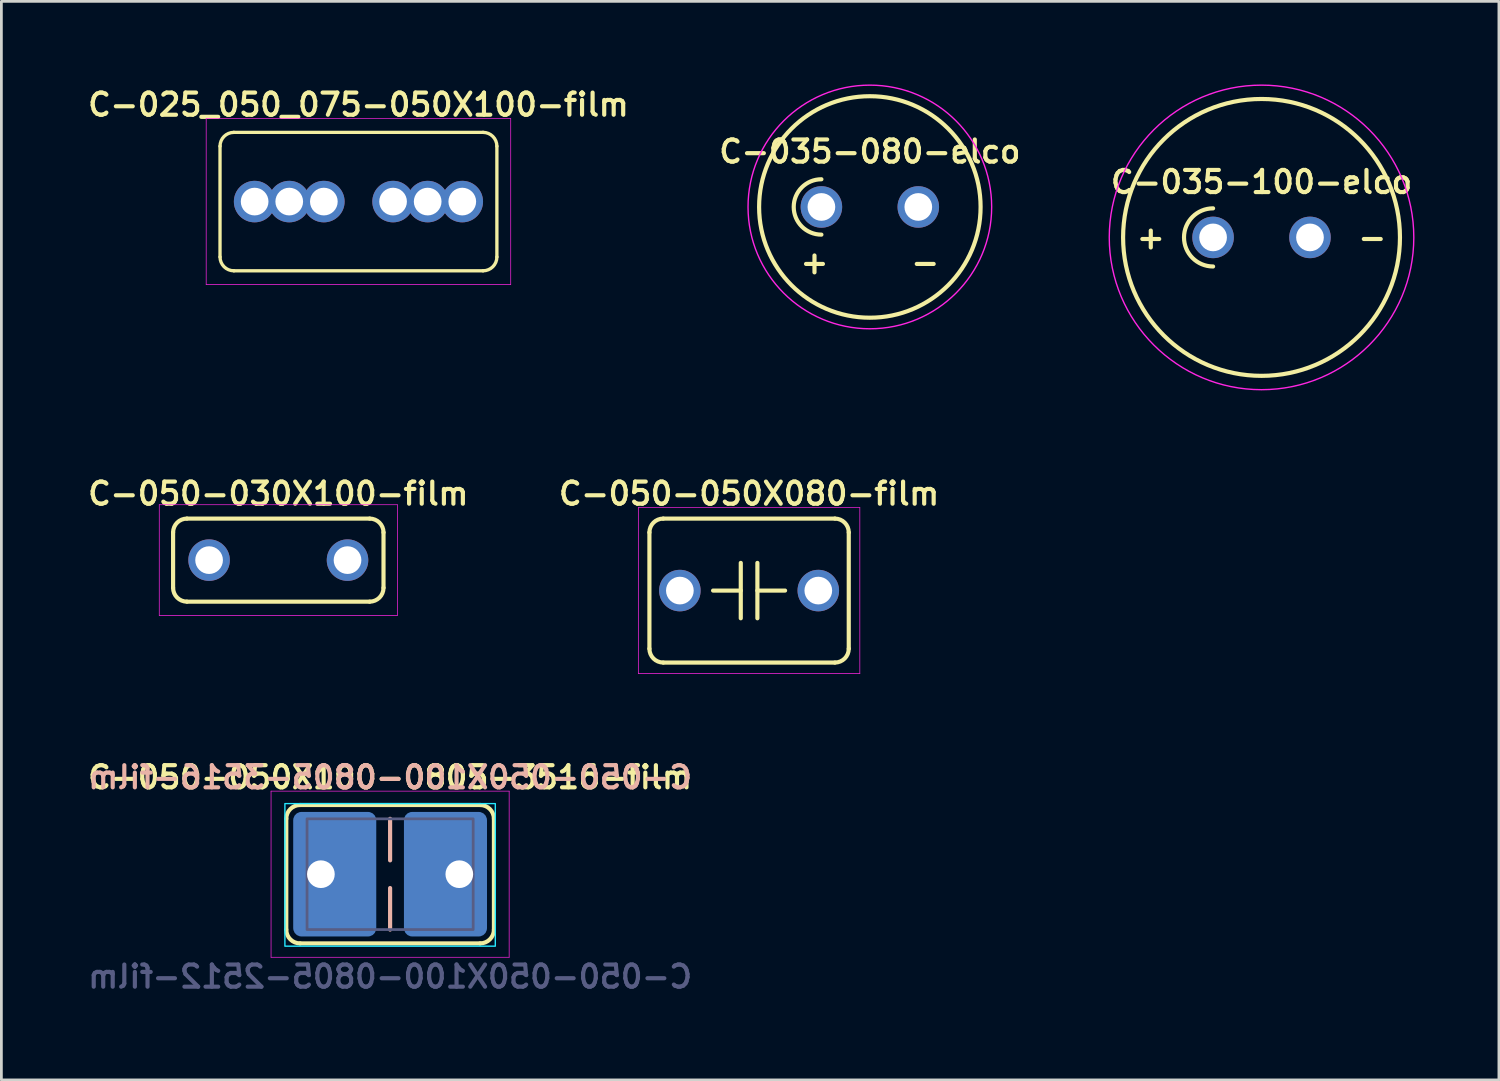
<source format=kicad_pcb>
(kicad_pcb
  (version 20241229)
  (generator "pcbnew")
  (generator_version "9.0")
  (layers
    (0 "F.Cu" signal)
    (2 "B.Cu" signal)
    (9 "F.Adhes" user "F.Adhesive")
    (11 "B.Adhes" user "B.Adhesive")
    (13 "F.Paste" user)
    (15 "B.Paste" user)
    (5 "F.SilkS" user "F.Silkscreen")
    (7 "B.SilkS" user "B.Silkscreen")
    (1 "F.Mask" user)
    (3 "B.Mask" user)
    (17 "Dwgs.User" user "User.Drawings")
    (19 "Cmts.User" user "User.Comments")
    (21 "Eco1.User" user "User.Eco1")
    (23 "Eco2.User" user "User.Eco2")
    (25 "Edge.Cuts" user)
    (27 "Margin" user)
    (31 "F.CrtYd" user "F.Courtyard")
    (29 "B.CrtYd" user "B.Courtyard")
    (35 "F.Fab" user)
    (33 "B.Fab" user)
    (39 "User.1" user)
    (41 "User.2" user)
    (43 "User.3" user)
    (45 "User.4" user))
  (footprint "C-025_050_075-050X100-film"
    (layer "F.Cu")
    (at 9.897 4.231)
    (property "Reference" "C-025_050_075-050X100-film" (at 0 -3.5 0) (layer "F.SilkS") (effects (font (size 0.8 0.8) (thickness 0.15))))
    (attr through_hole)
    (fp_line (start -5 -2) (end -5 2) (stroke (width 0.12) (type solid)) (layer "F.SilkS"))
    (fp_line (start -4.5 2.5) (end 4.5 2.5) (stroke (width 0.12) (type solid)) (layer "F.SilkS"))
    (fp_line (start 4.5 -2.5) (end -4.5 -2.5) (stroke (width 0.12) (type solid)) (layer "F.SilkS"))
    (fp_line (start 5 2) (end 5 -2) (stroke (width 0.12) (type solid)) (layer "F.SilkS"))
    (fp_arc (start -5 -2) (mid -4.853553 -2.353553) (end -4.5 -2.5) (stroke (width 0.12) (type solid)) (layer "F.SilkS"))
    (fp_arc (start -4.5 2.5) (mid -4.853553 2.353553) (end -5 2) (stroke (width 0.12) (type solid)) (layer "F.SilkS"))
    (fp_arc (start 4.5 -2.5) (mid 4.853553 -2.353553) (end 5 -2) (stroke (width 0.12) (type solid)) (layer "F.SilkS"))
    (fp_arc (start 5 2) (mid 4.853553 2.353553) (end 4.5 2.5) (stroke (width 0.12) (type solid)) (layer "F.SilkS"))
    (fp_line (start -5.5 -3) (end -5.5 3) (stroke (width 0.025) (type solid)) (layer "F.CrtYd"))
    (fp_line (start -5.5 3) (end 5.5 3) (stroke (width 0.025) (type solid)) (layer "F.CrtYd"))
    (fp_line (start 5.5 -3) (end -5.5 -3) (stroke (width 0.025) (type solid)) (layer "F.CrtYd"))
    (fp_line (start 5.5 3) (end 5.5 -3) (stroke (width 0.025) (type solid)) (layer "F.CrtYd"))
    (pad "1" thru_hole circle (at -3.75 0) (size 1.5 1.5) (drill 1) (layers "*.Cu" "*.Mask"))
    (pad "1" thru_hole circle (at -2.5 0) (size 1.5 1.5) (drill 1) (layers "*.Cu" "*.Mask"))
    (pad "1" thru_hole circle (at -1.25 0) (size 1.5 1.5) (drill 1) (layers "*.Cu" "*.Mask"))
    (pad "2" thru_hole circle (at 1.25 0) (size 1.5 1.5) (drill 1) (layers "*.Cu" "*.Mask"))
    (pad "2" thru_hole circle (at 2.5 0) (size 1.5 1.5) (drill 1) (layers "*.Cu" "*.Mask"))
    (pad "2" thru_hole circle (at 3.75 0) (size 1.5 1.5) (drill 1) (layers "*.Cu" "*.Mask")))
  (footprint "C-035-080-elco"
    (layer "F.Cu")
    (at 28.368 4.425)
    (property "Reference" "C-035-080-elco" (at 0 -2 0) (unlocked yes) (layer "F.SilkS") (effects (font (size 0.8 0.8) (thickness 0.15))))
    (attr through_hole)
    (fp_arc (start -1.75 1) (mid -2.75 0) (end -1.75 -1) (stroke (width 0.15) (type default)) (layer "F.SilkS"))
    (fp_circle (center 0 0) (end 4 0) (stroke (width 0.15) (type solid)) (fill no) (layer "F.SilkS"))
    (fp_circle (center 0 0) (end 4.4 0) (stroke (width 0.05) (type solid)) (fill no) (layer "F.CrtYd"))
    (fp_text user "+" (at -2 2 0) (unlocked yes) (layer "F.SilkS") (effects (font (size 0.8 0.8) (thickness 0.15))))
    (fp_text user "-" (at 2 2 0) (unlocked yes) (layer "F.SilkS") (effects (font (size 0.8 0.8) (thickness 0.15))))
    (pad "1" thru_hole circle (at -1.75 0) (size 1.5 1.5) (drill 1) (layers "*.Cu" "*.Mask"))
    (pad "2" thru_hole circle (at 1.75 0) (size 1.5 1.5) (drill 1) (layers "*.Cu" "*.Mask")))
  (footprint "C-035-100-elco"
    (layer "F.Cu")
    (at 42.515 5.525)
    (property "Reference" "C-035-100-elco" (at 0 -2 0) (unlocked yes) (layer "F.SilkS") (effects (font (size 0.8 0.8) (thickness 0.15))))
    (attr through_hole)
    (fp_arc (start -1.75 1.05) (mid -2.8 0) (end -1.75 -1.05) (stroke (width 0.15) (type default)) (layer "F.SilkS"))
    (fp_circle (center 0 0) (end 5 0) (stroke (width 0.15) (type solid)) (fill no) (layer "F.SilkS"))
    (fp_circle (center 0 0) (end 5.5 0) (stroke (width 0.05) (type solid)) (fill no) (layer "F.CrtYd"))
    (fp_text user "-" (at 4 0 0) (unlocked yes) (layer "F.SilkS") (effects (font (size 0.8 0.8) (thickness 0.15))))
    (fp_text user "+" (at -4 0 0) (unlocked yes) (layer "F.SilkS") (effects (font (size 0.8 0.8) (thickness 0.15))))
    (pad "1" thru_hole circle (at -1.75 0) (size 1.5 1.5) (drill 1) (layers "*.Cu" "*.Mask"))
    (pad "2" thru_hole circle (at 1.75 0) (size 1.5 1.5) (drill 1) (layers "*.Cu" "*.Mask")))
  (footprint "C-050-050X080-film"
    (layer "F.Cu")
    (at 24.006 18.281)
    (property "Reference" "C-050-050X080-film" (at 0 -3.5 0) (layer "F.SilkS") (effects (font (size 0.8 0.8) (thickness 0.15))))
    (attr through_hole)
    (fp_line (start -3.6 -2.1) (end -3.6 2.1) (stroke (width 0.15) (type solid)) (layer "F.SilkS"))
    (fp_line (start -3.1 2.6) (end 3.1 2.6) (stroke (width 0.15) (type solid)) (layer "F.SilkS"))
    (fp_line (start -0.3 -1) (end -0.3 1) (stroke (width 0.15) (type default)) (layer "F.SilkS"))
    (fp_line (start -0.3 0) (end -1.3 0) (stroke (width 0.15) (type default)) (layer "F.SilkS"))
    (fp_line (start 0.3 -1) (end 0.3 1) (stroke (width 0.15) (type default)) (layer "F.SilkS"))
    (fp_line (start 0.3 0) (end 1.3 0) (stroke (width 0.15) (type default)) (layer "F.SilkS"))
    (fp_line (start 3.1 -2.6) (end -3.1 -2.6) (stroke (width 0.15) (type solid)) (layer "F.SilkS"))
    (fp_line (start 3.6 2.1) (end 3.6 -2.1) (stroke (width 0.15) (type solid)) (layer "F.SilkS"))
    (fp_arc (start -3.600001 -2.100001) (mid -3.453554 -2.453554) (end -3.100001 -2.600001) (stroke (width 0.15) (type solid)) (layer "F.SilkS"))
    (fp_arc (start -3.100001 2.600001) (mid -3.453554 2.453554) (end -3.600001 2.100001) (stroke (width 0.15) (type solid)) (layer "F.SilkS"))
    (fp_arc (start 3.1 -2.6) (mid 3.453553 -2.453553) (end 3.6 -2.1) (stroke (width 0.15) (type solid)) (layer "F.SilkS"))
    (fp_arc (start 3.6 2.1) (mid 3.453553 2.453553) (end 3.1 2.6) (stroke (width 0.15) (type solid)) (layer "F.SilkS"))
    (fp_line (start -4 -3) (end -4 3) (stroke (width 0.025) (type solid)) (layer "F.CrtYd"))
    (fp_line (start -4 3) (end 4 3) (stroke (width 0.025) (type solid)) (layer "F.CrtYd"))
    (fp_line (start 4 -3) (end -4 -3) (stroke (width 0.025) (type solid)) (layer "F.CrtYd"))
    (fp_line (start 4 3) (end 4 -3) (stroke (width 0.025) (type solid)) (layer "F.CrtYd"))
    (pad "1" thru_hole circle (at -2.5 0) (size 1.5 1.5) (drill 1) (layers "*.Cu" "*.Mask"))
    (pad "2" thru_hole circle (at 2.5 0) (size 1.5 1.5) (drill 1) (layers "*.Cu" "*.Mask")))
  (footprint "C-050-030X100-film"
    (layer "F.Cu")
    (at 7.002 17.181)
    (property "Reference" "C-050-030X100-film" (at 0 -2.4 0) (layer "F.SilkS") (effects (font (size 0.8 0.8) (thickness 0.15))))
    (attr through_hole)
    (fp_line (start -3.8 -1) (end -3.8 1) (stroke (width 0.15) (type solid)) (layer "F.SilkS"))
    (fp_line (start -3.3 1.5) (end 3.3 1.5) (stroke (width 0.15) (type solid)) (layer "F.SilkS"))
    (fp_line (start 3.3 -1.5) (end -3.3 -1.5) (stroke (width 0.15) (type solid)) (layer "F.SilkS"))
    (fp_line (start 3.8 1) (end 3.8 -1) (stroke (width 0.15) (type solid)) (layer "F.SilkS"))
    (fp_arc (start -3.8 -1) (mid -3.653553 -1.353553) (end -3.3 -1.5) (stroke (width 0.15) (type solid)) (layer "F.SilkS"))
    (fp_arc (start -3.3 1.5) (mid -3.653553 1.353553) (end -3.8 1) (stroke (width 0.15) (type solid)) (layer "F.SilkS"))
    (fp_arc (start 3.3 -1.5) (mid 3.653553 -1.353553) (end 3.8 -1) (stroke (width 0.15) (type solid)) (layer "F.SilkS"))
    (fp_arc (start 3.8 1) (mid 3.653553 1.353553) (end 3.3 1.5) (stroke (width 0.15) (type solid)) (layer "F.SilkS"))
    (fp_line (start -4.3 -2) (end -4.3 2) (stroke (width 0.025) (type solid)) (layer "F.CrtYd"))
    (fp_line (start -4.3 2) (end 4.3 2) (stroke (width 0.025) (type solid)) (layer "F.CrtYd"))
    (fp_line (start 4.3 -2) (end -4.3 -2) (stroke (width 0.025) (type solid)) (layer "F.CrtYd"))
    (fp_line (start 4.3 2) (end 4.3 -2) (stroke (width 0.025) (type solid)) (layer "F.CrtYd"))
    (pad "1" thru_hole circle (at -2.5 0) (size 1.5 1.5) (drill 1) (layers "*.Cu" "*.Mask"))
    (pad "2" thru_hole circle (at 2.5 0) (size 1.5 1.5) (drill 1) (layers "*.Cu" "*.Mask")))
  (footprint "C-050-050X100-0805-3516-film"
    (layer "F.Cu")
    (at 11.04 28.525)
    (property "Reference" "C-050-050X100-0805-3516-film" (at 0 -3.5 0) (layer "F.SilkS") (effects (font (size 0.8 0.8) (thickness 0.15))))
    (property "Value" "C-050-050X100-0805-2512-film" (at 0 3.7 0) (layer "F.Fab") (hide yes) (effects (font (size 0.8 0.8) (thickness 0.15))))
    (attr through_hole)
    (fp_line (start -3.75 -2) (end -3.75 2) (stroke (width 0.15) (type solid)) (layer "F.SilkS"))
    (fp_line (start -3.25 2.5) (end 3.25 2.5) (stroke (width 0.15) (type solid)) (layer "F.SilkS"))
    (fp_line (start 3.25 -2.5) (end -3.25 -2.5) (stroke (width 0.15) (type solid)) (layer "F.SilkS"))
    (fp_line (start 3.75 2) (end 3.75 -2) (stroke (width 0.15) (type solid)) (layer "F.SilkS"))
    (fp_arc (start -3.75 -2) (mid -3.603553 -2.353553) (end -3.25 -2.5) (stroke (width 0.15) (type solid)) (layer "F.SilkS"))
    (fp_arc (start -3.25 2.5) (mid -3.603553 2.353553) (end -3.75 2) (stroke (width 0.15) (type solid)) (layer "F.SilkS"))
    (fp_arc (start 3.25 -2.5) (mid 3.603553 -2.353553) (end 3.75 -2) (stroke (width 0.15) (type solid)) (layer "F.SilkS"))
    (fp_arc (start 3.75 2) (mid 3.603553 2.353553) (end 3.25 2.5) (stroke (width 0.15) (type solid)) (layer "F.SilkS"))
    (fp_line (start 0 -2) (end 0 -0.5) (stroke (width 0.15) (type solid)) (layer "B.SilkS"))
    (fp_line (start 0 2) (end 0 0.5) (stroke (width 0.15) (type solid)) (layer "B.SilkS"))
    (fp_rect (start -3.8 -2.55) (end 3.8 2.6) (stroke (width 0.05) (type solid)) (fill no) (layer "B.CrtYd"))
    (fp_line (start -4.3 -3) (end -4.3 3) (stroke (width 0.025) (type solid)) (layer "F.CrtYd"))
    (fp_line (start -4.3 3) (end 4.3 3) (stroke (width 0.025) (type solid)) (layer "F.CrtYd"))
    (fp_line (start 4.3 -3) (end -4.3 -3) (stroke (width 0.025) (type solid)) (layer "F.CrtYd"))
    (fp_line (start 4.3 3) (end 4.3 -3) (stroke (width 0.025) (type solid)) (layer "F.CrtYd"))
    (fp_rect (start -3 -2) (end 3 2) (stroke (width 0.1) (type solid)) (fill no) (layer "B.Fab"))
    (fp_text user "${REFERENCE}" (at 0 -3.5 0) (layer "B.SilkS") (effects (font (size 0.8 0.8) (thickness 0.15)) (justify mirror)))
    (fp_text user "${VALUE}" (at 0 3.7 0) (layer "B.Fab") (effects (font (size 0.8 0.8) (thickness 0.15)) (justify mirror)))
    (pad "1" thru_hole circle (at -2.5 0) (size 1.5 1.5) (drill 1) (layers "*.Cu" "*.Mask"))
    (pad "1" smd roundrect (at -2 0) (size 3 4.5) (layers "B.Cu" "B.Mask" "B.Paste") (roundrect_rratio 0.1))
    (pad "2" smd roundrect (at 2 0) (size 3 4.5) (layers "B.Cu" "B.Mask" "B.Paste") (roundrect_rratio 0.1))
    (pad "2" thru_hole circle (at 2.5 0) (size 1.5 1.5) (drill 1) (layers "*.Cu" "*.Mask")))
  (gr_rect
    (start -3 -3)
    (end 51.089 35.956)
    (stroke (width 0.1) (type default))
    (fill no)
    (layer "Edge.Cuts")))
</source>
